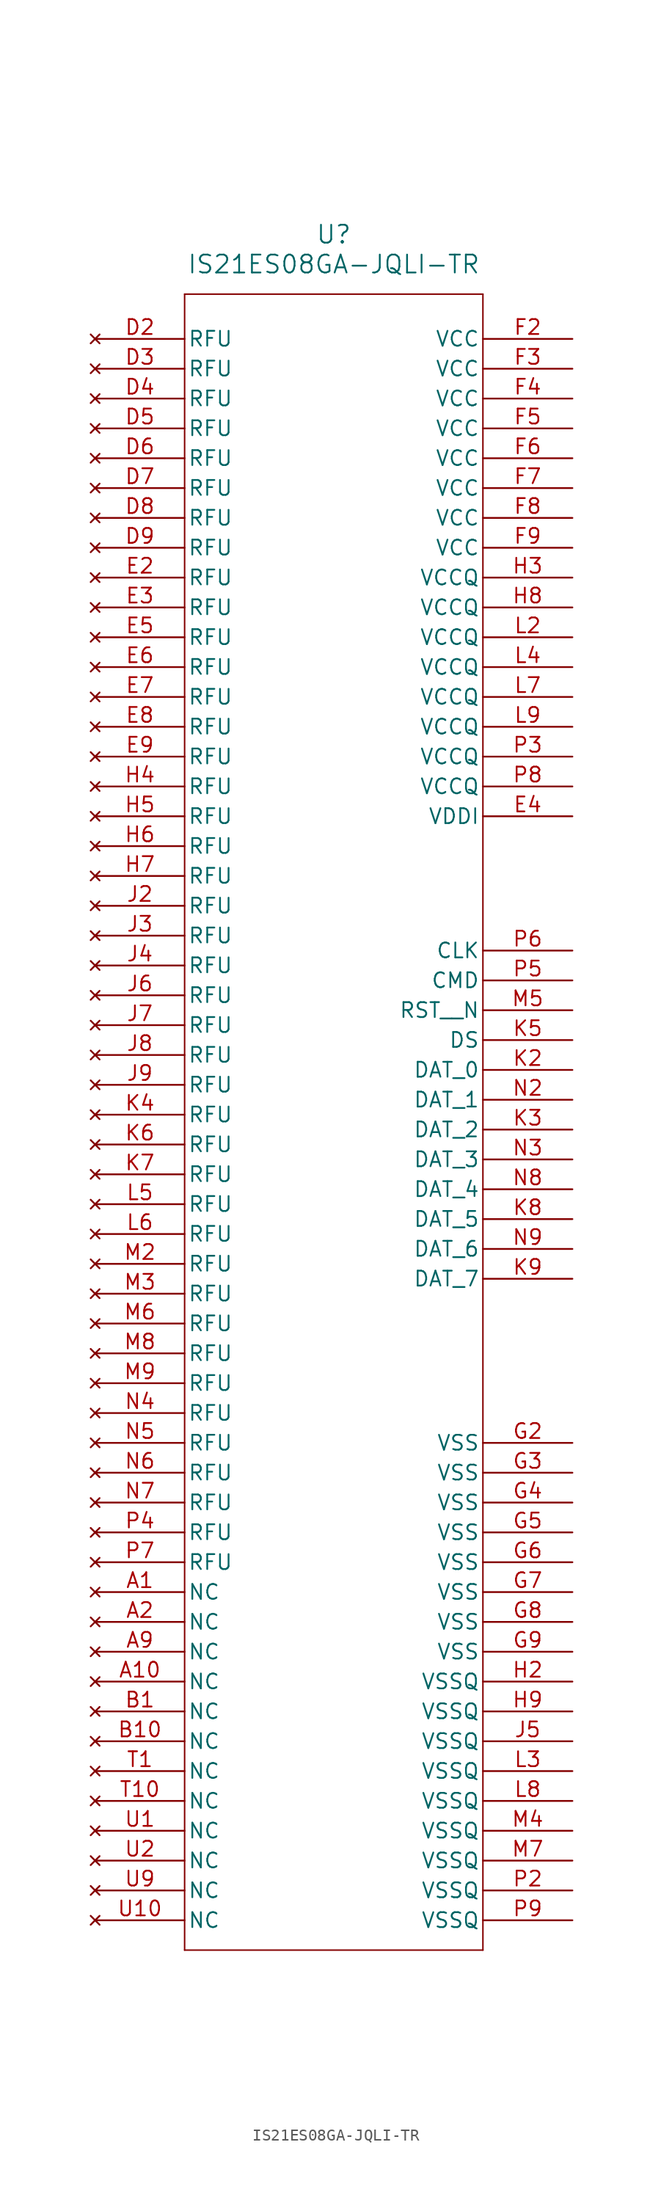
<source format=kicad_sym>
(kicad_symbol_lib
  (version 20231120)
  (generator "kicad_symbol_editor")
  (generator_version "8.0")
  (symbol "IS21ES08GA-JQLI-TR"
    (pin_names
      (offset 0.254))
    (property "Reference" "U"
      (at 20.32 10.16 0)
      (effects (font (size 1.524 1.524))))
    (property "Value" "IS21ES08GA-JQLI-TR"
      (at 20.32 7.62 0)
      (effects (font (size 1.524 1.524))))
    (property "ki_locked" ""
      (at 0 0 0)
      (effects (font (size 1.27 1.27))))
    (symbol "IS21ES08GA-JQLI-TR_0_1"
      (polyline (pts (xy 7.62 -135.89) (xy 33.02 -135.89)) (stroke (width 0.127) (type default)) (fill (type none)))
      (polyline (pts (xy 7.62 5.08) (xy 7.62 -135.89)) (stroke (width 0.127) (type default)) (fill (type none)))
      (polyline (pts (xy 33.02 -135.89) (xy 33.02 5.08)) (stroke (width 0.127) (type default)) (fill (type none)))
      (polyline (pts (xy 33.02 5.08) (xy 7.62 5.08)) (stroke (width 0.127) (type default)) (fill (type none)))
      (pin no_connect line (at 0 -105.41 0) (length 7.62) (name "NC" (effects (font (size 1.27 1.27)))) (number "A1" (effects (font (size 1.27 1.27)))))
      (pin no_connect line (at 0 -113.03 0) (length 7.62) (name "NC" (effects (font (size 1.27 1.27)))) (number "A10" (effects (font (size 1.27 1.27)))))
      (pin no_connect line (at 0 -107.95 0) (length 7.62) (name "NC" (effects (font (size 1.27 1.27)))) (number "A2" (effects (font (size 1.27 1.27)))))
      (pin no_connect line (at 0 -110.49 0) (length 7.62) (name "NC" (effects (font (size 1.27 1.27)))) (number "A9" (effects (font (size 1.27 1.27)))))
      (pin no_connect line (at 0 -115.57 0) (length 7.62) (name "NC" (effects (font (size 1.27 1.27)))) (number "B1" (effects (font (size 1.27 1.27)))))
      (pin no_connect line (at 0 -118.11 0) (length 7.62) (name "NC" (effects (font (size 1.27 1.27)))) (number "B10" (effects (font (size 1.27 1.27)))))
      (pin no_connect line (at 0 1.27 0) (length 7.62) (name "RFU" (effects (font (size 1.27 1.27)))) (number "D2" (effects (font (size 1.27 1.27)))))
      (pin no_connect line (at 0 -1.27 0) (length 7.62) (name "RFU" (effects (font (size 1.27 1.27)))) (number "D3" (effects (font (size 1.27 1.27)))))
      (pin no_connect line (at 0 -3.81 0) (length 7.62) (name "RFU" (effects (font (size 1.27 1.27)))) (number "D4" (effects (font (size 1.27 1.27)))))
      (pin no_connect line (at 0 -6.35 0) (length 7.62) (name "RFU" (effects (font (size 1.27 1.27)))) (number "D5" (effects (font (size 1.27 1.27)))))
      (pin no_connect line (at 0 -8.89 0) (length 7.62) (name "RFU" (effects (font (size 1.27 1.27)))) (number "D6" (effects (font (size 1.27 1.27)))))
      (pin no_connect line (at 0 -11.43 0) (length 7.62) (name "RFU" (effects (font (size 1.27 1.27)))) (number "D7" (effects (font (size 1.27 1.27)))))
      (pin no_connect line (at 0 -13.97 0) (length 7.62) (name "RFU" (effects (font (size 1.27 1.27)))) (number "D8" (effects (font (size 1.27 1.27)))))
      (pin no_connect line (at 0 -16.51 0) (length 7.62) (name "RFU" (effects (font (size 1.27 1.27)))) (number "D9" (effects (font (size 1.27 1.27)))))
      (pin no_connect line (at 0 -19.05 0) (length 7.62) (name "RFU" (effects (font (size 1.27 1.27)))) (number "E2" (effects (font (size 1.27 1.27)))))
      (pin no_connect line (at 0 -21.59 0) (length 7.62) (name "RFU" (effects (font (size 1.27 1.27)))) (number "E3" (effects (font (size 1.27 1.27)))))
      (pin no_connect line (at 0 -24.13 0) (length 7.62) (name "RFU" (effects (font (size 1.27 1.27)))) (number "E5" (effects (font (size 1.27 1.27)))))
      (pin no_connect line (at 0 -26.67 0) (length 7.62) (name "RFU" (effects (font (size 1.27 1.27)))) (number "E6" (effects (font (size 1.27 1.27)))))
      (pin no_connect line (at 0 -29.21 0) (length 7.62) (name "RFU" (effects (font (size 1.27 1.27)))) (number "E7" (effects (font (size 1.27 1.27)))))
      (pin no_connect line (at 0 -31.75 0) (length 7.62) (name "RFU" (effects (font (size 1.27 1.27)))) (number "E8" (effects (font (size 1.27 1.27)))))
      (pin no_connect line (at 0 -34.29 0) (length 7.62) (name "RFU" (effects (font (size 1.27 1.27)))) (number "E9" (effects (font (size 1.27 1.27)))))
      (pin power_in line (at 40.64 1.27 180) (length 7.62) (name "VCC" (effects (font (size 1.27 1.27)))) (number "F2" (effects (font (size 1.27 1.27)))))
      (pin power_in line (at 40.64 -1.27 180) (length 7.62) (name "VCC" (effects (font (size 1.27 1.27)))) (number "F3" (effects (font (size 1.27 1.27)))))
      (pin power_in line (at 40.64 -3.81 180) (length 7.62) (name "VCC" (effects (font (size 1.27 1.27)))) (number "F4" (effects (font (size 1.27 1.27)))))
      (pin power_in line (at 40.64 -6.35 180) (length 7.62) (name "VCC" (effects (font (size 1.27 1.27)))) (number "F5" (effects (font (size 1.27 1.27)))))
      (pin power_in line (at 40.64 -8.89 180) (length 7.62) (name "VCC" (effects (font (size 1.27 1.27)))) (number "F6" (effects (font (size 1.27 1.27)))))
      (pin power_in line (at 40.64 -11.43 180) (length 7.62) (name "VCC" (effects (font (size 1.27 1.27)))) (number "F7" (effects (font (size 1.27 1.27)))))
      (pin power_in line (at 40.64 -13.97 180) (length 7.62) (name "VCC" (effects (font (size 1.27 1.27)))) (number "F8" (effects (font (size 1.27 1.27)))))
      (pin power_in line (at 40.64 -16.51 180) (length 7.62) (name "VCC" (effects (font (size 1.27 1.27)))) (number "F9" (effects (font (size 1.27 1.27)))))
      (pin power_out line (at 40.64 -92.71 180) (length 7.62) (name "VSS" (effects (font (size 1.27 1.27)))) (number "G2" (effects (font (size 1.27 1.27)))))
      (pin power_out line (at 40.64 -95.25 180) (length 7.62) (name "VSS" (effects (font (size 1.27 1.27)))) (number "G3" (effects (font (size 1.27 1.27)))))
      (pin power_out line (at 40.64 -97.79 180) (length 7.62) (name "VSS" (effects (font (size 1.27 1.27)))) (number "G4" (effects (font (size 1.27 1.27)))))
      (pin power_out line (at 40.64 -100.33 180) (length 7.62) (name "VSS" (effects (font (size 1.27 1.27)))) (number "G5" (effects (font (size 1.27 1.27)))))
      (pin power_out line (at 40.64 -102.87 180) (length 7.62) (name "VSS" (effects (font (size 1.27 1.27)))) (number "G6" (effects (font (size 1.27 1.27)))))
      (pin power_out line (at 40.64 -105.41 180) (length 7.62) (name "VSS" (effects (font (size 1.27 1.27)))) (number "G7" (effects (font (size 1.27 1.27)))))
      (pin power_out line (at 40.64 -107.95 180) (length 7.62) (name "VSS" (effects (font (size 1.27 1.27)))) (number "G8" (effects (font (size 1.27 1.27)))))
      (pin power_out line (at 40.64 -110.49 180) (length 7.62) (name "VSS" (effects (font (size 1.27 1.27)))) (number "G9" (effects (font (size 1.27 1.27)))))
      (pin no_connect line (at 0 -36.83 0) (length 7.62) (name "RFU" (effects (font (size 1.27 1.27)))) (number "H4" (effects (font (size 1.27 1.27)))))
      (pin no_connect line (at 0 -39.37 0) (length 7.62) (name "RFU" (effects (font (size 1.27 1.27)))) (number "H5" (effects (font (size 1.27 1.27)))))
      (pin no_connect line (at 0 -41.91 0) (length 7.62) (name "RFU" (effects (font (size 1.27 1.27)))) (number "H6" (effects (font (size 1.27 1.27)))))
      (pin no_connect line (at 0 -44.45 0) (length 7.62) (name "RFU" (effects (font (size 1.27 1.27)))) (number "H7" (effects (font (size 1.27 1.27)))))
      (pin no_connect line (at 0 -46.99 0) (length 7.62) (name "RFU" (effects (font (size 1.27 1.27)))) (number "J2" (effects (font (size 1.27 1.27)))))
      (pin no_connect line (at 0 -49.53 0) (length 7.62) (name "RFU" (effects (font (size 1.27 1.27)))) (number "J3" (effects (font (size 1.27 1.27)))))
      (pin no_connect line (at 0 -52.07 0) (length 7.62) (name "RFU" (effects (font (size 1.27 1.27)))) (number "J4" (effects (font (size 1.27 1.27)))))
      (pin no_connect line (at 0 -54.61 0) (length 7.62) (name "RFU" (effects (font (size 1.27 1.27)))) (number "J6" (effects (font (size 1.27 1.27)))))
      (pin no_connect line (at 0 -57.15 0) (length 7.62) (name "RFU" (effects (font (size 1.27 1.27)))) (number "J7" (effects (font (size 1.27 1.27)))))
      (pin no_connect line (at 0 -59.69 0) (length 7.62) (name "RFU" (effects (font (size 1.27 1.27)))) (number "J8" (effects (font (size 1.27 1.27)))))
      (pin no_connect line (at 0 -62.23 0) (length 7.62) (name "RFU" (effects (font (size 1.27 1.27)))) (number "J9" (effects (font (size 1.27 1.27)))))
      (pin bidirectional line (at 40.64 -60.96 180) (length 7.62) (name "DAT_0" (effects (font (size 1.27 1.27)))) (number "K2" (effects (font (size 1.27 1.27)))))
      (pin bidirectional line (at 40.64 -66.04 180) (length 7.62) (name "DAT_2" (effects (font (size 1.27 1.27)))) (number "K3" (effects (font (size 1.27 1.27)))))
      (pin no_connect line (at 0 -64.77 0) (length 7.62) (name "RFU" (effects (font (size 1.27 1.27)))) (number "K4" (effects (font (size 1.27 1.27)))))
      (pin no_connect line (at 0 -67.31 0) (length 7.62) (name "RFU" (effects (font (size 1.27 1.27)))) (number "K6" (effects (font (size 1.27 1.27)))))
      (pin no_connect line (at 0 -69.85 0) (length 7.62) (name "RFU" (effects (font (size 1.27 1.27)))) (number "K7" (effects (font (size 1.27 1.27)))))
      (pin bidirectional line (at 40.64 -73.66 180) (length 7.62) (name "DAT_5" (effects (font (size 1.27 1.27)))) (number "K8" (effects (font (size 1.27 1.27)))))
      (pin no_connect line (at 0 -72.39 0) (length 7.62) (name "RFU" (effects (font (size 1.27 1.27)))) (number "L5" (effects (font (size 1.27 1.27)))))
      (pin no_connect line (at 0 -74.93 0) (length 7.62) (name "RFU" (effects (font (size 1.27 1.27)))) (number "L6" (effects (font (size 1.27 1.27)))))
      (pin no_connect line (at 0 -77.47 0) (length 7.62) (name "RFU" (effects (font (size 1.27 1.27)))) (number "M2" (effects (font (size 1.27 1.27)))))
      (pin no_connect line (at 0 -80.01 0) (length 7.62) (name "RFU" (effects (font (size 1.27 1.27)))) (number "M3" (effects (font (size 1.27 1.27)))))
      (pin no_connect line (at 0 -82.55 0) (length 7.62) (name "RFU" (effects (font (size 1.27 1.27)))) (number "M6" (effects (font (size 1.27 1.27)))))
      (pin no_connect line (at 0 -85.09 0) (length 7.62) (name "RFU" (effects (font (size 1.27 1.27)))) (number "M8" (effects (font (size 1.27 1.27)))))
      (pin no_connect line (at 0 -87.63 0) (length 7.62) (name "RFU" (effects (font (size 1.27 1.27)))) (number "M9" (effects (font (size 1.27 1.27)))))
      (pin bidirectional line (at 40.64 -63.5 180) (length 7.62) (name "DAT_1" (effects (font (size 1.27 1.27)))) (number "N2" (effects (font (size 1.27 1.27)))))
      (pin bidirectional line (at 40.64 -68.58 180) (length 7.62) (name "DAT_3" (effects (font (size 1.27 1.27)))) (number "N3" (effects (font (size 1.27 1.27)))))
      (pin no_connect line (at 0 -90.17 0) (length 7.62) (name "RFU" (effects (font (size 1.27 1.27)))) (number "N4" (effects (font (size 1.27 1.27)))))
      (pin no_connect line (at 0 -92.71 0) (length 7.62) (name "RFU" (effects (font (size 1.27 1.27)))) (number "N5" (effects (font (size 1.27 1.27)))))
      (pin no_connect line (at 0 -95.25 0) (length 7.62) (name "RFU" (effects (font (size 1.27 1.27)))) (number "N6" (effects (font (size 1.27 1.27)))))
      (pin no_connect line (at 0 -97.79 0) (length 7.62) (name "RFU" (effects (font (size 1.27 1.27)))) (number "N7" (effects (font (size 1.27 1.27)))))
      (pin bidirectional line (at 40.64 -71.12 180) (length 7.62) (name "DAT_4" (effects (font (size 1.27 1.27)))) (number "N8" (effects (font (size 1.27 1.27)))))
      (pin bidirectional line (at 40.64 -76.2 180) (length 7.62) (name "DAT_6" (effects (font (size 1.27 1.27)))) (number "N9" (effects (font (size 1.27 1.27)))))
      (pin no_connect line (at 0 -100.33 0) (length 7.62) (name "RFU" (effects (font (size 1.27 1.27)))) (number "P4" (effects (font (size 1.27 1.27)))))
      (pin input line (at 40.64 -50.8 180) (length 7.62) (name "CLK" (effects (font (size 1.27 1.27)))) (number "P6" (effects (font (size 1.27 1.27)))))
      (pin no_connect line (at 0 -120.65 0) (length 7.62) (name "NC" (effects (font (size 1.27 1.27)))) (number "T1" (effects (font (size 1.27 1.27)))))
      (pin no_connect line (at 0 -123.19 0) (length 7.62) (name "NC" (effects (font (size 1.27 1.27)))) (number "T10" (effects (font (size 1.27 1.27)))))
      (pin no_connect line (at 0 -125.73 0) (length 7.62) (name "NC" (effects (font (size 1.27 1.27)))) (number "U1" (effects (font (size 1.27 1.27)))))
      (pin no_connect line (at 0 -128.27 0) (length 7.62) (name "NC" (effects (font (size 1.27 1.27)))) (number "U2" (effects (font (size 1.27 1.27)))))
      (pin no_connect line (at 0 -130.81 0) (length 7.62) (name "NC" (effects (font (size 1.27 1.27)))) (number "U9" (effects (font (size 1.27 1.27))))))
    (symbol "IS21ES08GA-JQLI-TR_1_1"
      (pin power_in line (at 40.64 -39.37 180) (length 7.62) (name "VDDI" (effects (font (size 1.27 1.27)))) (number "E4" (effects (font (size 1.27 1.27)))))
      (pin power_out line (at 40.64 -113.03 180) (length 7.62) (name "VSSQ" (effects (font (size 1.27 1.27)))) (number "H2" (effects (font (size 1.27 1.27)))))
      (pin power_in line (at 40.64 -19.05 180) (length 7.62) (name "VCCQ" (effects (font (size 1.27 1.27)))) (number "H3" (effects (font (size 1.27 1.27)))))
      (pin power_in line (at 40.64 -21.59 180) (length 7.62) (name "VCCQ" (effects (font (size 1.27 1.27)))) (number "H8" (effects (font (size 1.27 1.27)))))
      (pin power_out line (at 40.64 -115.57 180) (length 7.62) (name "VSSQ" (effects (font (size 1.27 1.27)))) (number "H9" (effects (font (size 1.27 1.27)))))
      (pin power_out line (at 40.64 -118.11 180) (length 7.62) (name "VSSQ" (effects (font (size 1.27 1.27)))) (number "J5" (effects (font (size 1.27 1.27)))))
      (pin output line (at 40.64 -58.42 180) (length 7.62) (name "DS" (effects (font (size 1.27 1.27)))) (number "K5" (effects (font (size 1.27 1.27)))))
      (pin bidirectional line (at 40.64 -78.74 180) (length 7.62) (name "DAT_7" (effects (font (size 1.27 1.27)))) (number "K9" (effects (font (size 1.27 1.27)))))
      (pin power_in line (at 40.64 -24.13 180) (length 7.62) (name "VCCQ" (effects (font (size 1.27 1.27)))) (number "L2" (effects (font (size 1.27 1.27)))))
      (pin power_out line (at 40.64 -120.65 180) (length 7.62) (name "VSSQ" (effects (font (size 1.27 1.27)))) (number "L3" (effects (font (size 1.27 1.27)))))
      (pin power_in line (at 40.64 -26.67 180) (length 7.62) (name "VCCQ" (effects (font (size 1.27 1.27)))) (number "L4" (effects (font (size 1.27 1.27)))))
      (pin power_in line (at 40.64 -29.21 180) (length 7.62) (name "VCCQ" (effects (font (size 1.27 1.27)))) (number "L7" (effects (font (size 1.27 1.27)))))
      (pin power_out line (at 40.64 -123.19 180) (length 7.62) (name "VSSQ" (effects (font (size 1.27 1.27)))) (number "L8" (effects (font (size 1.27 1.27)))))
      (pin power_in line (at 40.64 -31.75 180) (length 7.62) (name "VCCQ" (effects (font (size 1.27 1.27)))) (number "L9" (effects (font (size 1.27 1.27)))))
      (pin power_out line (at 40.64 -125.73 180) (length 7.62) (name "VSSQ" (effects (font (size 1.27 1.27)))) (number "M4" (effects (font (size 1.27 1.27)))))
      (pin input line (at 40.64 -55.88 180) (length 7.62) (name "RST__N" (effects (font (size 1.27 1.27)))) (number "M5" (effects (font (size 1.27 1.27)))))
      (pin power_out line (at 40.64 -128.27 180) (length 7.62) (name "VSSQ" (effects (font (size 1.27 1.27)))) (number "M7" (effects (font (size 1.27 1.27)))))
      (pin power_out line (at 40.64 -130.81 180) (length 7.62) (name "VSSQ" (effects (font (size 1.27 1.27)))) (number "P2" (effects (font (size 1.27 1.27)))))
      (pin power_in line (at 40.64 -34.29 180) (length 7.62) (name "VCCQ" (effects (font (size 1.27 1.27)))) (number "P3" (effects (font (size 1.27 1.27)))))
      (pin input line (at 40.64 -53.34 180) (length 7.62) (name "CMD" (effects (font (size 1.27 1.27)))) (number "P5" (effects (font (size 1.27 1.27)))))
      (pin no_connect line (at 0 -102.87 0) (length 7.62) (name "RFU" (effects (font (size 1.27 1.27)))) (number "P7" (effects (font (size 1.27 1.27)))))
      (pin power_in line (at 40.64 -36.83 180) (length 7.62) (name "VCCQ" (effects (font (size 1.27 1.27)))) (number "P8" (effects (font (size 1.27 1.27)))))
      (pin power_out line (at 40.64 -133.35 180) (length 7.62) (name "VSSQ" (effects (font (size 1.27 1.27)))) (number "P9" (effects (font (size 1.27 1.27)))))
      (pin no_connect line (at 0 -133.35 0) (length 7.62) (name "NC" (effects (font (size 1.27 1.27)))) (number "U10" (effects (font (size 1.27 1.27))))))))
</source>
